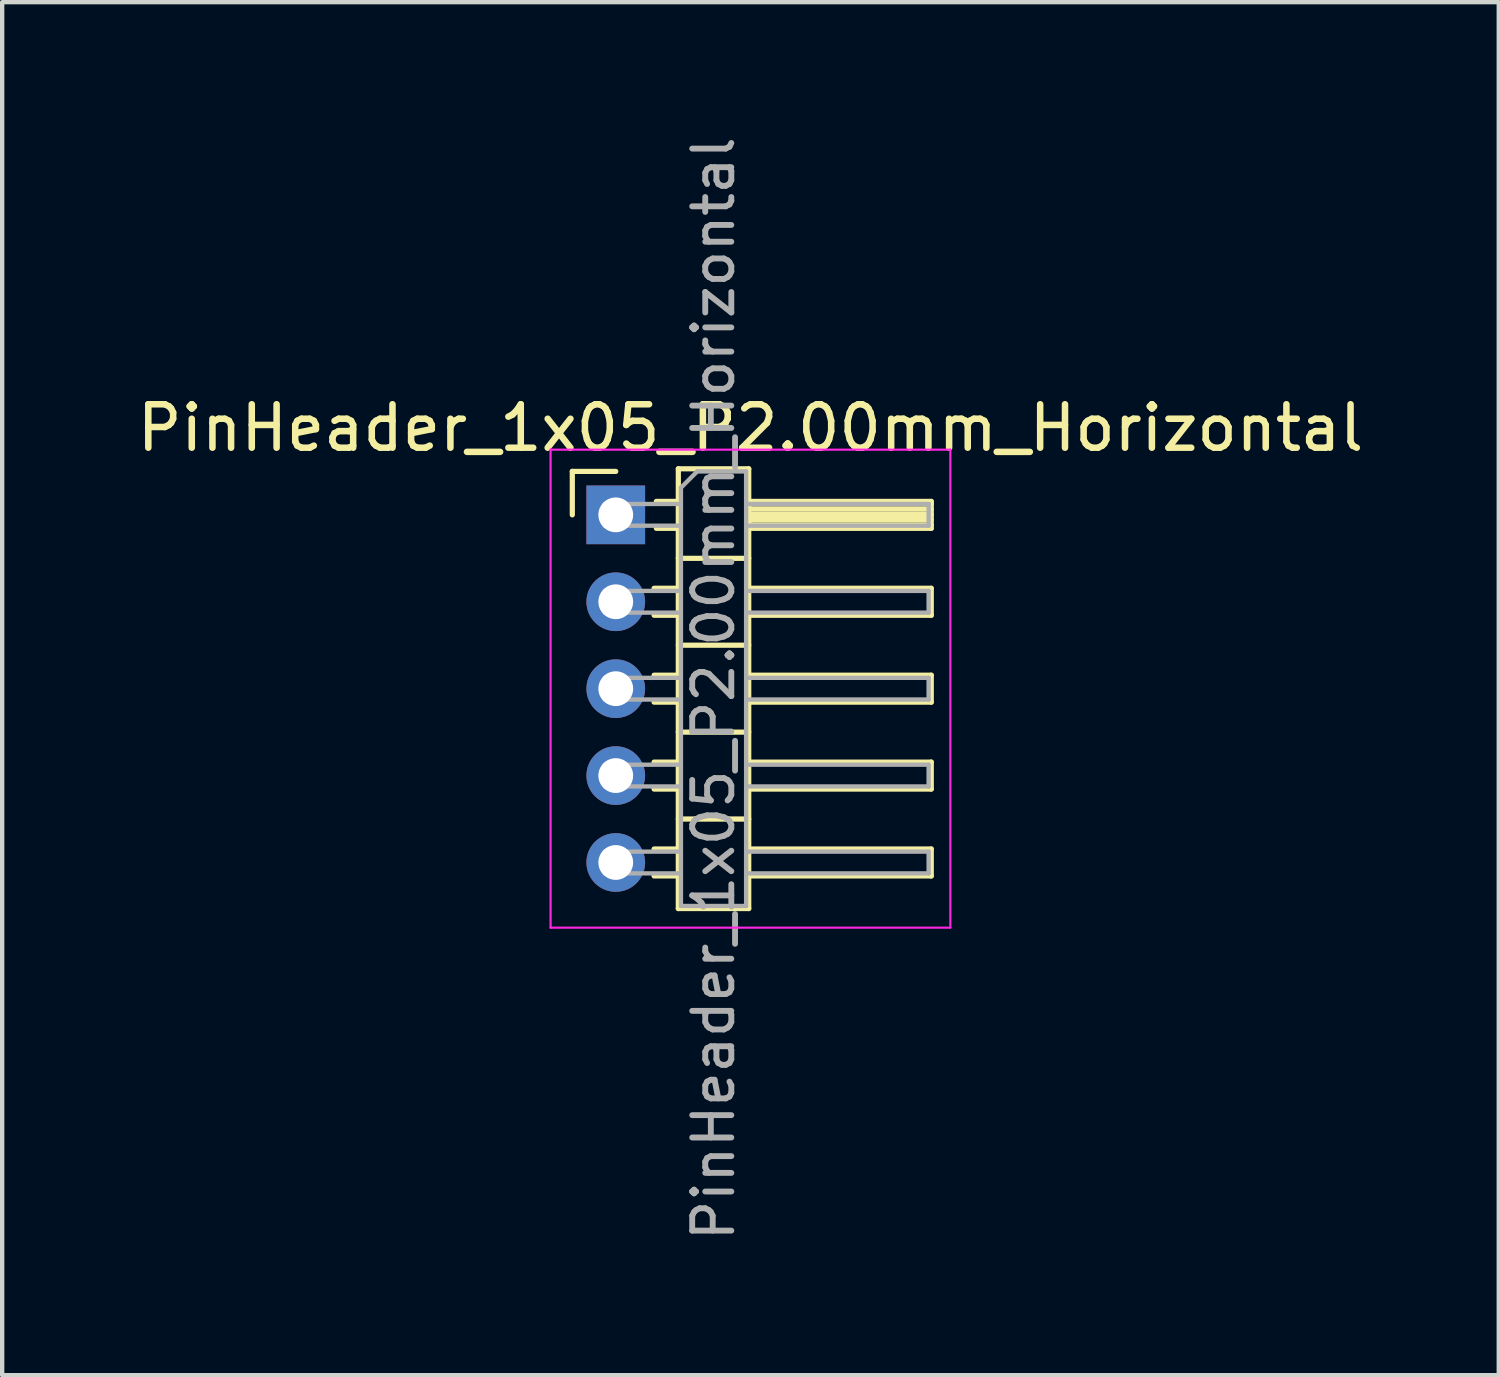
<source format=kicad_pcb>
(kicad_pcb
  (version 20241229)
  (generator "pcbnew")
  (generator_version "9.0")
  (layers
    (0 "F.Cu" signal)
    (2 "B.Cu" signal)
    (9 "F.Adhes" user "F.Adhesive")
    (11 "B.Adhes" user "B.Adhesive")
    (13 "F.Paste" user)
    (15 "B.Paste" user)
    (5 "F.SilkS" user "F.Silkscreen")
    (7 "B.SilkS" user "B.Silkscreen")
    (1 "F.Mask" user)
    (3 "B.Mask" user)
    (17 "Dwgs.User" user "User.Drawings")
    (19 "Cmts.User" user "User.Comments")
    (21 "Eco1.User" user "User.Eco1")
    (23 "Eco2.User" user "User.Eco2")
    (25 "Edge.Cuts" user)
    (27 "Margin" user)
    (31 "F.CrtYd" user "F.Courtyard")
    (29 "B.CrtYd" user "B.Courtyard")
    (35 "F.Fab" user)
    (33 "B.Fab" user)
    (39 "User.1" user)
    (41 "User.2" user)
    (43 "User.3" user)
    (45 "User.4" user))
  (footprint "PinHeader_1x05_P2.00mm_Horizontal"
    (layer "F.Cu")
    (at 11.12 8.798)
    (property "Reference" "PinHeader_1x05_P2.00mm_Horizontal" (at 3.1 -2 0) (layer "F.SilkS") (effects (font (size 1 1) (thickness 0.15))))
    (attr through_hole)
    (fp_line (start -1 -1) (end 0 -1) (stroke (width 0.12) (type solid)) (layer "F.SilkS"))
    (fp_line (start -1 0) (end -1 -1) (stroke (width 0.12) (type solid)) (layer "F.SilkS"))
    (fp_line (start 0.882 1.69) (end 1.44 1.69) (stroke (width 0.12) (type solid)) (layer "F.SilkS"))
    (fp_line (start 0.882 2.31) (end 1.44 2.31) (stroke (width 0.12) (type solid)) (layer "F.SilkS"))
    (fp_line (start 0.882 3.69) (end 1.44 3.69) (stroke (width 0.12) (type solid)) (layer "F.SilkS"))
    (fp_line (start 0.882 4.31) (end 1.44 4.31) (stroke (width 0.12) (type solid)) (layer "F.SilkS"))
    (fp_line (start 0.882 5.69) (end 1.44 5.69) (stroke (width 0.12) (type solid)) (layer "F.SilkS"))
    (fp_line (start 0.882 6.31) (end 1.44 6.31) (stroke (width 0.12) (type solid)) (layer "F.SilkS"))
    (fp_line (start 0.882 7.69) (end 1.44 7.69) (stroke (width 0.12) (type solid)) (layer "F.SilkS"))
    (fp_line (start 0.882 8.31) (end 1.44 8.31) (stroke (width 0.12) (type solid)) (layer "F.SilkS"))
    (fp_line (start 0.935 -0.31) (end 1.44 -0.31) (stroke (width 0.12) (type solid)) (layer "F.SilkS"))
    (fp_line (start 0.935 0.31) (end 1.44 0.31) (stroke (width 0.12) (type solid)) (layer "F.SilkS"))
    (fp_line (start 1.44 -1.06) (end 1.44 9.06) (stroke (width 0.12) (type solid)) (layer "F.SilkS"))
    (fp_line (start 1.44 1) (end 3.06 1) (stroke (width 0.12) (type solid)) (layer "F.SilkS"))
    (fp_line (start 1.44 3) (end 3.06 3) (stroke (width 0.12) (type solid)) (layer "F.SilkS"))
    (fp_line (start 1.44 5) (end 3.06 5) (stroke (width 0.12) (type solid)) (layer "F.SilkS"))
    (fp_line (start 1.44 7) (end 3.06 7) (stroke (width 0.12) (type solid)) (layer "F.SilkS"))
    (fp_line (start 1.44 9.06) (end 3.06 9.06) (stroke (width 0.12) (type solid)) (layer "F.SilkS"))
    (fp_line (start 3.06 -1.06) (end 1.44 -1.06) (stroke (width 0.12) (type solid)) (layer "F.SilkS"))
    (fp_line (start 3.06 -0.31) (end 7.26 -0.31) (stroke (width 0.12) (type solid)) (layer "F.SilkS"))
    (fp_line (start 3.06 -0.25) (end 7.26 -0.25) (stroke (width 0.12) (type solid)) (layer "F.SilkS"))
    (fp_line (start 3.06 -0.13) (end 7.26 -0.13) (stroke (width 0.12) (type solid)) (layer "F.SilkS"))
    (fp_line (start 3.06 -0.01) (end 7.26 -0.01) (stroke (width 0.12) (type solid)) (layer "F.SilkS"))
    (fp_line (start 3.06 0.11) (end 7.26 0.11) (stroke (width 0.12) (type solid)) (layer "F.SilkS"))
    (fp_line (start 3.06 0.23) (end 7.26 0.23) (stroke (width 0.12) (type solid)) (layer "F.SilkS"))
    (fp_line (start 3.06 1.69) (end 7.26 1.69) (stroke (width 0.12) (type solid)) (layer "F.SilkS"))
    (fp_line (start 3.06 3.69) (end 7.26 3.69) (stroke (width 0.12) (type solid)) (layer "F.SilkS"))
    (fp_line (start 3.06 5.69) (end 7.26 5.69) (stroke (width 0.12) (type solid)) (layer "F.SilkS"))
    (fp_line (start 3.06 7.69) (end 7.26 7.69) (stroke (width 0.12) (type solid)) (layer "F.SilkS"))
    (fp_line (start 3.06 9.06) (end 3.06 -1.06) (stroke (width 0.12) (type solid)) (layer "F.SilkS"))
    (fp_line (start 7.26 -0.31) (end 7.26 0.31) (stroke (width 0.12) (type solid)) (layer "F.SilkS"))
    (fp_line (start 7.26 0.31) (end 3.06 0.31) (stroke (width 0.12) (type solid)) (layer "F.SilkS"))
    (fp_line (start 7.26 1.69) (end 7.26 2.31) (stroke (width 0.12) (type solid)) (layer "F.SilkS"))
    (fp_line (start 7.26 2.31) (end 3.06 2.31) (stroke (width 0.12) (type solid)) (layer "F.SilkS"))
    (fp_line (start 7.26 3.69) (end 7.26 4.31) (stroke (width 0.12) (type solid)) (layer "F.SilkS"))
    (fp_line (start 7.26 4.31) (end 3.06 4.31) (stroke (width 0.12) (type solid)) (layer "F.SilkS"))
    (fp_line (start 7.26 5.69) (end 7.26 6.31) (stroke (width 0.12) (type solid)) (layer "F.SilkS"))
    (fp_line (start 7.26 6.31) (end 3.06 6.31) (stroke (width 0.12) (type solid)) (layer "F.SilkS"))
    (fp_line (start 7.26 7.69) (end 7.26 8.31) (stroke (width 0.12) (type solid)) (layer "F.SilkS"))
    (fp_line (start 7.26 8.31) (end 3.06 8.31) (stroke (width 0.12) (type solid)) (layer "F.SilkS"))
    (fp_line (start -1.5 -1.5) (end -1.5 9.5) (stroke (width 0.05) (type solid)) (layer "F.CrtYd"))
    (fp_line (start -1.5 9.5) (end 7.7 9.5) (stroke (width 0.05) (type solid)) (layer "F.CrtYd"))
    (fp_line (start 7.7 -1.5) (end -1.5 -1.5) (stroke (width 0.05) (type solid)) (layer "F.CrtYd"))
    (fp_line (start 7.7 9.5) (end 7.7 -1.5) (stroke (width 0.05) (type solid)) (layer "F.CrtYd"))
    (fp_line (start -0.25 -0.25) (end -0.25 0.25) (stroke (width 0.1) (type solid)) (layer "F.Fab"))
    (fp_line (start -0.25 -0.25) (end 1.5 -0.25) (stroke (width 0.1) (type solid)) (layer "F.Fab"))
    (fp_line (start -0.25 0.25) (end 1.5 0.25) (stroke (width 0.1) (type solid)) (layer "F.Fab"))
    (fp_line (start -0.25 1.75) (end -0.25 2.25) (stroke (width 0.1) (type solid)) (layer "F.Fab"))
    (fp_line (start -0.25 1.75) (end 1.5 1.75) (stroke (width 0.1) (type solid)) (layer "F.Fab"))
    (fp_line (start -0.25 2.25) (end 1.5 2.25) (stroke (width 0.1) (type solid)) (layer "F.Fab"))
    (fp_line (start -0.25 3.75) (end -0.25 4.25) (stroke (width 0.1) (type solid)) (layer "F.Fab"))
    (fp_line (start -0.25 3.75) (end 1.5 3.75) (stroke (width 0.1) (type solid)) (layer "F.Fab"))
    (fp_line (start -0.25 4.25) (end 1.5 4.25) (stroke (width 0.1) (type solid)) (layer "F.Fab"))
    (fp_line (start -0.25 5.75) (end -0.25 6.25) (stroke (width 0.1) (type solid)) (layer "F.Fab"))
    (fp_line (start -0.25 5.75) (end 1.5 5.75) (stroke (width 0.1) (type solid)) (layer "F.Fab"))
    (fp_line (start -0.25 6.25) (end 1.5 6.25) (stroke (width 0.1) (type solid)) (layer "F.Fab"))
    (fp_line (start -0.25 7.75) (end -0.25 8.25) (stroke (width 0.1) (type solid)) (layer "F.Fab"))
    (fp_line (start -0.25 7.75) (end 1.5 7.75) (stroke (width 0.1) (type solid)) (layer "F.Fab"))
    (fp_line (start -0.25 8.25) (end 1.5 8.25) (stroke (width 0.1) (type solid)) (layer "F.Fab"))
    (fp_line (start 1.5 -0.625) (end 1.875 -1) (stroke (width 0.1) (type solid)) (layer "F.Fab"))
    (fp_line (start 1.5 9) (end 1.5 -0.625) (stroke (width 0.1) (type solid)) (layer "F.Fab"))
    (fp_line (start 1.875 -1) (end 3 -1) (stroke (width 0.1) (type solid)) (layer "F.Fab"))
    (fp_line (start 3 -1) (end 3 9) (stroke (width 0.1) (type solid)) (layer "F.Fab"))
    (fp_line (start 3 -0.25) (end 7.2 -0.25) (stroke (width 0.1) (type solid)) (layer "F.Fab"))
    (fp_line (start 3 0.25) (end 7.2 0.25) (stroke (width 0.1) (type solid)) (layer "F.Fab"))
    (fp_line (start 3 1.75) (end 7.2 1.75) (stroke (width 0.1) (type solid)) (layer "F.Fab"))
    (fp_line (start 3 2.25) (end 7.2 2.25) (stroke (width 0.1) (type solid)) (layer "F.Fab"))
    (fp_line (start 3 3.75) (end 7.2 3.75) (stroke (width 0.1) (type solid)) (layer "F.Fab"))
    (fp_line (start 3 4.25) (end 7.2 4.25) (stroke (width 0.1) (type solid)) (layer "F.Fab"))
    (fp_line (start 3 5.75) (end 7.2 5.75) (stroke (width 0.1) (type solid)) (layer "F.Fab"))
    (fp_line (start 3 6.25) (end 7.2 6.25) (stroke (width 0.1) (type solid)) (layer "F.Fab"))
    (fp_line (start 3 7.75) (end 7.2 7.75) (stroke (width 0.1) (type solid)) (layer "F.Fab"))
    (fp_line (start 3 8.25) (end 7.2 8.25) (stroke (width 0.1) (type solid)) (layer "F.Fab"))
    (fp_line (start 3 9) (end 1.5 9) (stroke (width 0.1) (type solid)) (layer "F.Fab"))
    (fp_line (start 7.2 -0.25) (end 7.2 0.25) (stroke (width 0.1) (type solid)) (layer "F.Fab"))
    (fp_line (start 7.2 1.75) (end 7.2 2.25) (stroke (width 0.1) (type solid)) (layer "F.Fab"))
    (fp_line (start 7.2 3.75) (end 7.2 4.25) (stroke (width 0.1) (type solid)) (layer "F.Fab"))
    (fp_line (start 7.2 5.75) (end 7.2 6.25) (stroke (width 0.1) (type solid)) (layer "F.Fab"))
    (fp_line (start 7.2 7.75) (end 7.2 8.25) (stroke (width 0.1) (type solid)) (layer "F.Fab"))
    (fp_text user "${REFERENCE}" (at 2.25 4 90) (layer "F.Fab") (effects (font (size 0.9 0.9) (thickness 0.135))))
    (pad "1" thru_hole rect (at 0 0) (size 1.35 1.35) (drill 0.8) (layers "*.Cu" "*.Mask"))
    (pad "2" thru_hole oval (at 0 2) (size 1.35 1.35) (drill 0.8) (layers "*.Cu" "*.Mask"))
    (pad "3" thru_hole oval (at 0 4) (size 1.35 1.35) (drill 0.8) (layers "*.Cu" "*.Mask"))
    (pad "4" thru_hole oval (at 0 6) (size 1.35 1.35) (drill 0.8) (layers "*.Cu" "*.Mask"))
    (pad "5" thru_hole oval (at 0 8) (size 1.35 1.35) (drill 0.8) (layers "*.Cu" "*.Mask")))
  (gr_rect
    (start -3 -3)
    (end 31.44 28.596)
    (stroke (width 0.1) (type default))
    (fill no)
    (layer "Edge.Cuts")))
</source>
